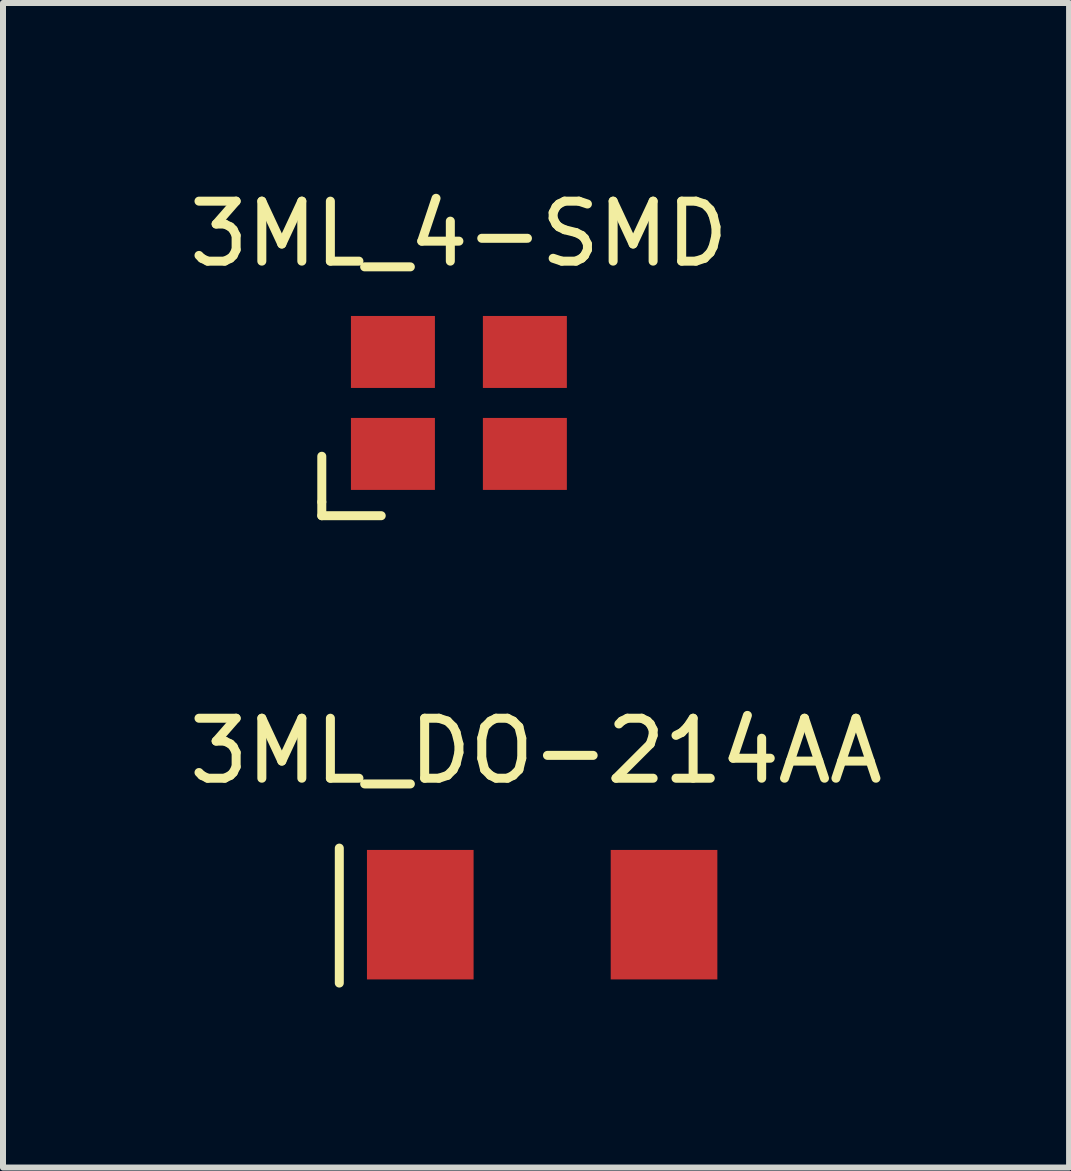
<source format=kicad_pcb>
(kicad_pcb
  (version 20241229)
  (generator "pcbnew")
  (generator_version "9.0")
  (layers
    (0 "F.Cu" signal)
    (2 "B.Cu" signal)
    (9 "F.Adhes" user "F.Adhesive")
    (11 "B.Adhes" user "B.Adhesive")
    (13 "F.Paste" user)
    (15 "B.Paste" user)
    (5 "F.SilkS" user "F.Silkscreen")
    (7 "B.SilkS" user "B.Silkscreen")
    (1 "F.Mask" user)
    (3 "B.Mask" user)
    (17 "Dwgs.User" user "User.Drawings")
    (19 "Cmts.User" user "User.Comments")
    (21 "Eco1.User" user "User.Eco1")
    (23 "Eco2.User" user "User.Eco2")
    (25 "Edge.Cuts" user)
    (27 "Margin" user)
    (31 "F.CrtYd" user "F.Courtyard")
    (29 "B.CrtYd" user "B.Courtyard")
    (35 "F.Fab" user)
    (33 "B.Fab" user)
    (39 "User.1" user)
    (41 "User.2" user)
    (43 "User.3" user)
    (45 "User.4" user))
  (footprint "3ML_DO-214AA"
    (layer "F.Cu")
    (at 3.957 12.2)
    (property "Reference" "3ML_DO-214AA" (at 1.93 -2.73 0) (layer "F.SilkS") (effects (font (size 1 1) (thickness 0.15))))
    (attr through_hole)
    (fp_line (start -1.35 -1.11) (end -1.35 1.14) (stroke (width 0.15) (type solid)) (layer "F.SilkS"))
    (pad "1" smd rect (at 0 0) (size 1.778 2.159) (layers "F.Cu" "F.Mask" "F.Paste"))
    (pad "2" smd rect (at 4.064 0) (size 1.778 2.159) (layers "F.Cu" "F.Mask" "F.Paste")))
  (footprint "3ML_4-SMD"
    (layer "F.Cu")
    (at 4.601 3.668)
    (property "Reference" "3ML_4-SMD" (at 0 -2.819 0) (layer "F.SilkS") (effects (font (size 1 1) (thickness 0.15))))
    (attr through_hole)
    (fp_line (start -2.286 0.889) (end -2.286 1.651) (stroke (width 0.15) (type solid)) (layer "F.SilkS"))
    (fp_line (start -2.286 1.651) (end -2.286 1.88) (stroke (width 0.15) (type solid)) (layer "F.SilkS"))
    (fp_line (start -2.286 1.88) (end -1.295 1.88) (stroke (width 0.15) (type solid)) (layer "F.SilkS"))
    (pad "1" smd rect (at -1.1 0.85) (size 1.4 1.2) (layers "F.Cu" "F.Mask" "F.Paste"))
    (pad "2" smd rect (at 1.1 0.85) (size 1.4 1.2) (layers "F.Cu" "F.Mask" "F.Paste"))
    (pad "3" smd rect (at 1.1 -0.85) (size 1.4 1.2) (layers "F.Cu" "F.Mask" "F.Paste"))
    (pad "4" smd rect (at -1.1 -0.85) (size 1.4 1.2) (layers "F.Cu" "F.Mask" "F.Paste")))
  (gr_rect
    (start -3 -3)
    (end 14.774 16.416)
    (stroke (width 0.1) (type default))
    (fill no)
    (layer "Edge.Cuts")))
</source>
